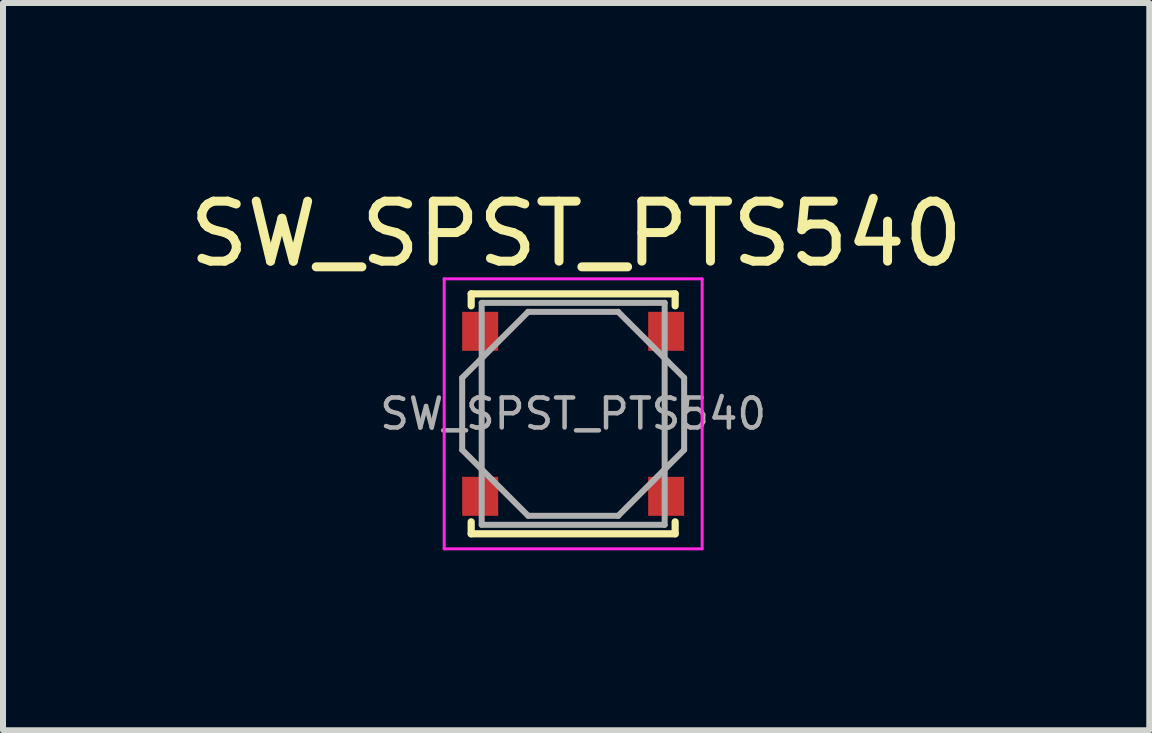
<source format=kicad_pcb>
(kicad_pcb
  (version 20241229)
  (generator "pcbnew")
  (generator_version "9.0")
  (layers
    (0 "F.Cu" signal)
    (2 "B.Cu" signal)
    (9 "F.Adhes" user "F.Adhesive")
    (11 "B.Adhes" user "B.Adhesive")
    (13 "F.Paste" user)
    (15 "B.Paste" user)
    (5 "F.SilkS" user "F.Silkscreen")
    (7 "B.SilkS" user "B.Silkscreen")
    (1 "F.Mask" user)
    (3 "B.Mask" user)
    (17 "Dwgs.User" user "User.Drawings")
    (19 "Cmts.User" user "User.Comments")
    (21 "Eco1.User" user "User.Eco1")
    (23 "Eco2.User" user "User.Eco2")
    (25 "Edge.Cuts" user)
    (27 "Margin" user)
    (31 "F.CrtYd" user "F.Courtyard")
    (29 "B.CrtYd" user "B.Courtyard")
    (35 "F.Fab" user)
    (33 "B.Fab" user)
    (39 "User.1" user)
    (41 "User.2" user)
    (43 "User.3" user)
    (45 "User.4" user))
  (footprint "SW_SPST_PTS540"
    (layer "F.Cu")
    (at 6.504 3.848)
    (property "Reference" "SW_SPST_PTS540" (at 0.05 -3 0) (layer "F.SilkS") (effects (font (size 1 1) (thickness 0.15))))
    (attr smd)
    (fp_line (start -1.7 -2) (end -1.7 -1.8) (stroke (width 0.12) (type solid)) (layer "F.SilkS"))
    (fp_line (start -1.7 1.8) (end -1.7 2) (stroke (width 0.12) (type solid)) (layer "F.SilkS"))
    (fp_line (start 1.7 -2) (end -1.7 -2) (stroke (width 0.12) (type solid)) (layer "F.SilkS"))
    (fp_line (start 1.7 -2) (end 1.7 -1.8) (stroke (width 0.12) (type solid)) (layer "F.SilkS"))
    (fp_line (start 1.7 1.8) (end 1.7 2) (stroke (width 0.12) (type solid)) (layer "F.SilkS"))
    (fp_line (start 1.7 2) (end -1.7 2) (stroke (width 0.12) (type solid)) (layer "F.SilkS"))
    (fp_line (start -2.15 -2.25) (end -2.15 2.25) (stroke (width 0.05) (type solid)) (layer "F.CrtYd"))
    (fp_line (start 2.15 -2.25) (end -2.15 -2.25) (stroke (width 0.05) (type solid)) (layer "F.CrtYd"))
    (fp_line (start 2.15 -2.25) (end 2.15 2.25) (stroke (width 0.05) (type solid)) (layer "F.CrtYd"))
    (fp_line (start 2.15 2.25) (end -2.15 2.25) (stroke (width 0.05) (type solid)) (layer "F.CrtYd"))
    (fp_line (start -1.85 -0.6) (end -1.85 0.6) (stroke (width 0.1) (type solid)) (layer "F.Fab"))
    (fp_line (start -1.85 -0.6) (end -0.75 -1.7) (stroke (width 0.1) (type solid)) (layer "F.Fab"))
    (fp_line (start -1.525 -1.85) (end -1.525 1.85) (stroke (width 0.1) (type solid)) (layer "F.Fab"))
    (fp_line (start -1.525 -1.85) (end 1.525 -1.85) (stroke (width 0.1) (type solid)) (layer "F.Fab"))
    (fp_line (start -1.525 1.85) (end 1.525 1.85) (stroke (width 0.1) (type solid)) (layer "F.Fab"))
    (fp_line (start -0.75 -1.7) (end 0.75 -1.7) (stroke (width 0.1) (type solid)) (layer "F.Fab"))
    (fp_line (start -0.75 1.7) (end -1.85 0.6) (stroke (width 0.1) (type solid)) (layer "F.Fab"))
    (fp_line (start -0.75 1.7) (end 0.75 1.7) (stroke (width 0.1) (type solid)) (layer "F.Fab"))
    (fp_line (start 0.75 1.7) (end 1.85 0.6) (stroke (width 0.1) (type solid)) (layer "F.Fab"))
    (fp_line (start 1.525 -1.85) (end 1.525 1.85) (stroke (width 0.1) (type solid)) (layer "F.Fab"))
    (fp_line (start 1.85 -0.6) (end 0.75 -1.7) (stroke (width 0.1) (type solid)) (layer "F.Fab"))
    (fp_line (start 1.85 -0.6) (end 1.85 0.6) (stroke (width 0.1) (type solid)) (layer "F.Fab"))
    (fp_text user "${REFERENCE}" (at 0 0 0) (layer "F.Fab") (effects (font (size 0.5 0.5) (thickness 0.075))))
    (pad "1" smd rect (at -1.55 -1.375) (size 0.6 0.65) (layers "F.Cu" "F.Mask" "F.Paste"))
    (pad "1" smd rect (at 1.55 -1.375) (size 0.6 0.65) (layers "F.Cu" "F.Mask" "F.Paste"))
    (pad "2" smd rect (at -1.55 1.375) (size 0.6 0.65) (layers "F.Cu" "F.Mask" "F.Paste"))
    (pad "2" smd rect (at 1.55 1.375) (size 0.6 0.65) (layers "F.Cu" "F.Mask" "F.Paste")))
  (gr_rect
    (start -3 -3)
    (end 16.107 9.123)
    (stroke (width 0.1) (type default))
    (fill no)
    (layer "Edge.Cuts")))
</source>
